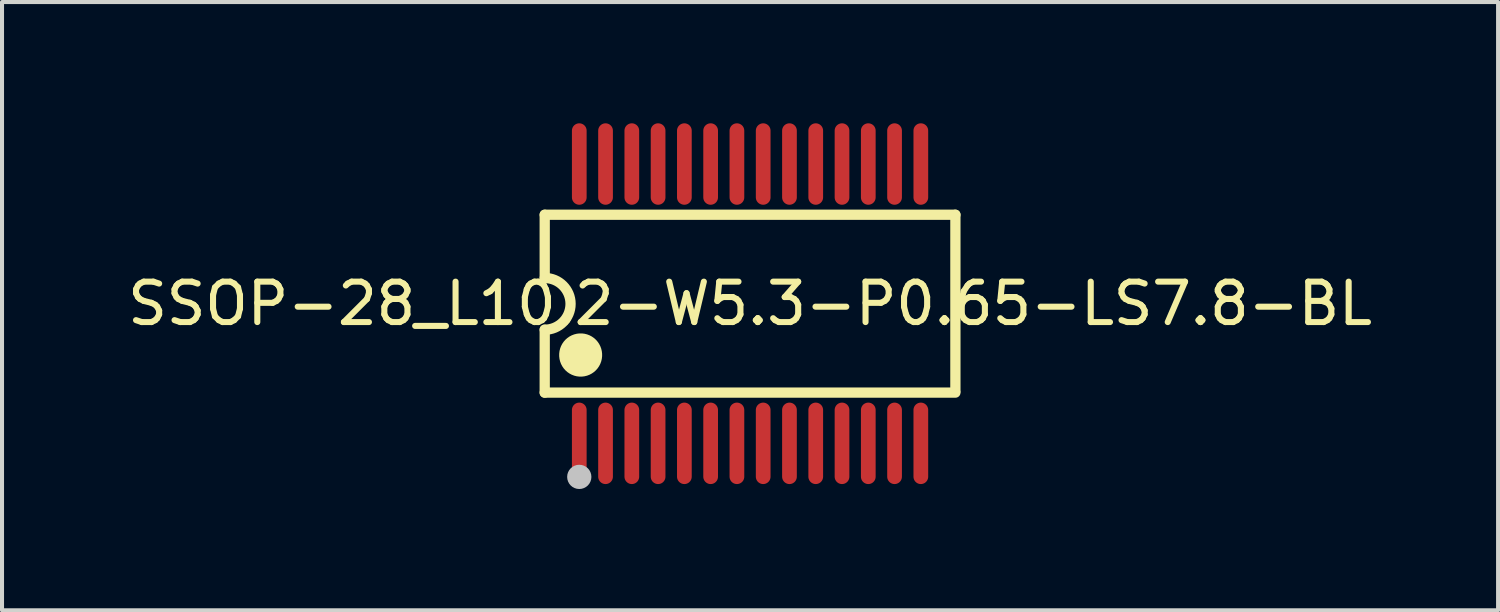
<source format=kicad_pcb>
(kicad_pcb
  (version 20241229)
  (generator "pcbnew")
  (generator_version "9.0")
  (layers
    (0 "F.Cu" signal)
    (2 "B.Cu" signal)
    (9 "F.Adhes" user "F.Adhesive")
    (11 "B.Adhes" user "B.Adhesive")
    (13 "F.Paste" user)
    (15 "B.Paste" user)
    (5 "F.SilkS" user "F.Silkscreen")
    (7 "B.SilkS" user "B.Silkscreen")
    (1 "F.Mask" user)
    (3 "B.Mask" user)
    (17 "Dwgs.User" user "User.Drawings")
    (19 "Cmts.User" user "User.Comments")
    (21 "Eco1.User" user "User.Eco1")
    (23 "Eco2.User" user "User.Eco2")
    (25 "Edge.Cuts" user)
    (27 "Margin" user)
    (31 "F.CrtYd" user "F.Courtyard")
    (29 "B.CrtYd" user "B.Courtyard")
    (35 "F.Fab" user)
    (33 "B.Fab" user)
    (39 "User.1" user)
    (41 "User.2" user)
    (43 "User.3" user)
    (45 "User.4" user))
  (footprint "SSOP-28_L10.2-W5.3-P0.65-LS7.8-BL"
    (layer "F.Cu")
    (at 15.506 4.463)
    (property "Reference" "SSOP-28_L10.2-W5.3-P0.65-LS7.8-BL" (at 0 0 0) (layer "F.SilkS") (effects (font (size 1 1) (thickness 0.15))))
    (fp_line (start -5.08 -2.2) (end 5.08 -2.2) (stroke (width 0.254) (type default)) (layer "F.SilkS"))
    (fp_line (start -5.08 -0.635) (end -5.08 -2.2) (stroke (width 0.254) (type default)) (layer "F.SilkS"))
    (fp_line (start -5.08 0.644) (end -5.08 2.2) (stroke (width 0.254) (type default)) (layer "F.SilkS"))
    (fp_line (start -5.08 2.2) (end 5.08 2.2) (stroke (width 0.254) (type default)) (layer "F.SilkS"))
    (fp_line (start 5.08 -2.2) (end 5.08 2.159) (stroke (width 0.254) (type default)) (layer "F.SilkS"))
    (fp_arc (start -5.08 -0.635) (mid -4.4405 0.0045) (end -5.08 0.644) (stroke (width 0.254) (type default)) (layer "F.SilkS"))
    (fp_poly (pts (arc (start -4.722 1.27) (mid -4.191 0.735488) (end -3.66 1.27)) (arc (start -3.66 1.27) (mid -4.191 1.804512) (end -4.722 1.27))) (stroke (width 0) (type default)) (fill yes) (layer "F.SilkS"))
    (fp_circle (center -4.225 4.285) (end -4.075 4.285) (stroke (width 0.3) (type default)) (fill no) (layer "Dwgs.User"))
    (fp_poly (pts (xy -4.383 -3.885) (xy -4.383 -3.225) (xy -4.067 -3.225) (xy -4.067 -3.885)) (stroke (width 0.1) (type default)) (fill no) (layer "User.1"))
    (fp_poly (pts (xy -4.383 -3.235) (xy -4.383 -2.638) (xy -4.067 -2.638) (xy -4.067 -3.235)) (stroke (width 0.1) (type default)) (fill no) (layer "User.1"))
    (fp_poly (pts (xy -4.383 3.235) (xy -4.383 2.638) (xy -4.067 2.638) (xy -4.067 3.235)) (stroke (width 0.1) (type default)) (fill no) (layer "User.1"))
    (fp_poly (pts (xy -4.383 3.885) (xy -4.383 3.225) (xy -4.067 3.225) (xy -4.067 3.885)) (stroke (width 0.1) (type default)) (fill no) (layer "User.1"))
    (fp_poly (pts (xy -3.732 -3.885) (xy -3.732 -3.225) (xy -3.417 -3.225) (xy -3.417 -3.885)) (stroke (width 0.1) (type default)) (fill no) (layer "User.1"))
    (fp_poly (pts (xy -3.732 -3.235) (xy -3.732 -2.638) (xy -3.417 -2.638) (xy -3.417 -3.235)) (stroke (width 0.1) (type default)) (fill no) (layer "User.1"))
    (fp_poly (pts (xy -3.732 3.235) (xy -3.732 2.638) (xy -3.417 2.638) (xy -3.417 3.235)) (stroke (width 0.1) (type default)) (fill no) (layer "User.1"))
    (fp_poly (pts (xy -3.732 3.885) (xy -3.732 3.225) (xy -3.417 3.225) (xy -3.417 3.885)) (stroke (width 0.1) (type default)) (fill no) (layer "User.1"))
    (fp_poly (pts (xy -3.083 -3.885) (xy -3.083 -3.225) (xy -2.768 -3.225) (xy -2.768 -3.885)) (stroke (width 0.1) (type default)) (fill no) (layer "User.1"))
    (fp_poly (pts (xy -3.083 -3.235) (xy -3.083 -2.638) (xy -2.768 -2.638) (xy -2.768 -3.235)) (stroke (width 0.1) (type default)) (fill no) (layer "User.1"))
    (fp_poly (pts (xy -3.083 3.235) (xy -3.083 2.638) (xy -2.768 2.638) (xy -2.768 3.235)) (stroke (width 0.1) (type default)) (fill no) (layer "User.1"))
    (fp_poly (pts (xy -3.083 3.885) (xy -3.083 3.225) (xy -2.768 3.225) (xy -2.768 3.885)) (stroke (width 0.1) (type default)) (fill no) (layer "User.1"))
    (fp_poly (pts (xy -2.433 -3.885) (xy -2.433 -3.225) (xy -2.118 -3.225) (xy -2.118 -3.885)) (stroke (width 0.1) (type default)) (fill no) (layer "User.1"))
    (fp_poly (pts (xy -2.433 -3.235) (xy -2.433 -2.638) (xy -2.118 -2.638) (xy -2.118 -3.235)) (stroke (width 0.1) (type default)) (fill no) (layer "User.1"))
    (fp_poly (pts (xy -2.433 3.235) (xy -2.433 2.638) (xy -2.118 2.638) (xy -2.118 3.235)) (stroke (width 0.1) (type default)) (fill no) (layer "User.1"))
    (fp_poly (pts (xy -2.433 3.885) (xy -2.433 3.225) (xy -2.118 3.225) (xy -2.118 3.885)) (stroke (width 0.1) (type default)) (fill no) (layer "User.1"))
    (fp_poly (pts (xy -1.782 -3.885) (xy -1.782 -3.225) (xy -1.468 -3.225) (xy -1.468 -3.885)) (stroke (width 0.1) (type default)) (fill no) (layer "User.1"))
    (fp_poly (pts (xy -1.782 -3.235) (xy -1.782 -2.638) (xy -1.468 -2.638) (xy -1.468 -3.235)) (stroke (width 0.1) (type default)) (fill no) (layer "User.1"))
    (fp_poly (pts (xy -1.782 3.235) (xy -1.782 2.638) (xy -1.468 2.638) (xy -1.468 3.235)) (stroke (width 0.1) (type default)) (fill no) (layer "User.1"))
    (fp_poly (pts (xy -1.782 3.885) (xy -1.782 3.225) (xy -1.468 3.225) (xy -1.468 3.885)) (stroke (width 0.1) (type default)) (fill no) (layer "User.1"))
    (fp_poly (pts (xy -1.133 -3.885) (xy -1.133 -3.225) (xy -0.818 -3.225) (xy -0.818 -3.885)) (stroke (width 0.1) (type default)) (fill no) (layer "User.1"))
    (fp_poly (pts (xy -1.133 -3.235) (xy -1.133 -2.638) (xy -0.818 -2.638) (xy -0.818 -3.235)) (stroke (width 0.1) (type default)) (fill no) (layer "User.1"))
    (fp_poly (pts (xy -1.133 3.235) (xy -1.133 2.638) (xy -0.818 2.638) (xy -0.818 3.235)) (stroke (width 0.1) (type default)) (fill no) (layer "User.1"))
    (fp_poly (pts (xy -1.133 3.885) (xy -1.133 3.225) (xy -0.818 3.225) (xy -0.818 3.885)) (stroke (width 0.1) (type default)) (fill no) (layer "User.1"))
    (fp_poly (pts (xy -0.482 -3.885) (xy -0.482 -3.225) (xy -0.168 -3.225) (xy -0.168 -3.885)) (stroke (width 0.1) (type default)) (fill no) (layer "User.1"))
    (fp_poly (pts (xy -0.482 -3.235) (xy -0.482 -2.638) (xy -0.168 -2.638) (xy -0.168 -3.235)) (stroke (width 0.1) (type default)) (fill no) (layer "User.1"))
    (fp_poly (pts (xy -0.482 3.235) (xy -0.482 2.638) (xy -0.168 2.638) (xy -0.168 3.235)) (stroke (width 0.1) (type default)) (fill no) (layer "User.1"))
    (fp_poly (pts (xy -0.482 3.885) (xy -0.482 3.225) (xy -0.168 3.225) (xy -0.168 3.885)) (stroke (width 0.1) (type default)) (fill no) (layer "User.1"))
    (fp_poly (pts (xy 0.168 -3.885) (xy 0.168 -3.225) (xy 0.482 -3.225) (xy 0.482 -3.885)) (stroke (width 0.1) (type default)) (fill no) (layer "User.1"))
    (fp_poly (pts (xy 0.168 -3.235) (xy 0.168 -2.638) (xy 0.482 -2.638) (xy 0.482 -3.235)) (stroke (width 0.1) (type default)) (fill no) (layer "User.1"))
    (fp_poly (pts (xy 0.168 3.235) (xy 0.168 2.638) (xy 0.482 2.638) (xy 0.482 3.235)) (stroke (width 0.1) (type default)) (fill no) (layer "User.1"))
    (fp_poly (pts (xy 0.168 3.885) (xy 0.168 3.225) (xy 0.482 3.225) (xy 0.482 3.885)) (stroke (width 0.1) (type default)) (fill no) (layer "User.1"))
    (fp_poly (pts (xy 0.818 -3.885) (xy 0.818 -3.225) (xy 1.133 -3.225) (xy 1.133 -3.885)) (stroke (width 0.1) (type default)) (fill no) (layer "User.1"))
    (fp_poly (pts (xy 0.818 -3.235) (xy 0.818 -2.638) (xy 1.133 -2.638) (xy 1.133 -3.235)) (stroke (width 0.1) (type default)) (fill no) (layer "User.1"))
    (fp_poly (pts (xy 0.818 3.235) (xy 0.818 2.638) (xy 1.133 2.638) (xy 1.133 3.235)) (stroke (width 0.1) (type default)) (fill no) (layer "User.1"))
    (fp_poly (pts (xy 0.818 3.885) (xy 0.818 3.225) (xy 1.133 3.225) (xy 1.133 3.885)) (stroke (width 0.1) (type default)) (fill no) (layer "User.1"))
    (fp_poly (pts (xy 1.468 -3.885) (xy 1.468 -3.225) (xy 1.782 -3.225) (xy 1.782 -3.885)) (stroke (width 0.1) (type default)) (fill no) (layer "User.1"))
    (fp_poly (pts (xy 1.468 -3.235) (xy 1.468 -2.638) (xy 1.782 -2.638) (xy 1.782 -3.235)) (stroke (width 0.1) (type default)) (fill no) (layer "User.1"))
    (fp_poly (pts (xy 1.468 3.235) (xy 1.468 2.638) (xy 1.782 2.638) (xy 1.782 3.235)) (stroke (width 0.1) (type default)) (fill no) (layer "User.1"))
    (fp_poly (pts (xy 1.468 3.885) (xy 1.468 3.225) (xy 1.782 3.225) (xy 1.782 3.885)) (stroke (width 0.1) (type default)) (fill no) (layer "User.1"))
    (fp_poly (pts (xy 2.118 -3.885) (xy 2.118 -3.225) (xy 2.433 -3.225) (xy 2.433 -3.885)) (stroke (width 0.1) (type default)) (fill no) (layer "User.1"))
    (fp_poly (pts (xy 2.118 -3.235) (xy 2.118 -2.638) (xy 2.433 -2.638) (xy 2.433 -3.235)) (stroke (width 0.1) (type default)) (fill no) (layer "User.1"))
    (fp_poly (pts (xy 2.118 3.235) (xy 2.118 2.638) (xy 2.433 2.638) (xy 2.433 3.235)) (stroke (width 0.1) (type default)) (fill no) (layer "User.1"))
    (fp_poly (pts (xy 2.118 3.885) (xy 2.118 3.225) (xy 2.433 3.225) (xy 2.433 3.885)) (stroke (width 0.1) (type default)) (fill no) (layer "User.1"))
    (fp_poly (pts (xy 2.768 -3.885) (xy 2.768 -3.225) (xy 3.083 -3.225) (xy 3.083 -3.885)) (stroke (width 0.1) (type default)) (fill no) (layer "User.1"))
    (fp_poly (pts (xy 2.768 -3.235) (xy 2.768 -2.638) (xy 3.083 -2.638) (xy 3.083 -3.235)) (stroke (width 0.1) (type default)) (fill no) (layer "User.1"))
    (fp_poly (pts (xy 2.768 3.235) (xy 2.768 2.638) (xy 3.083 2.638) (xy 3.083 3.235)) (stroke (width 0.1) (type default)) (fill no) (layer "User.1"))
    (fp_poly (pts (xy 2.768 3.885) (xy 2.768 3.225) (xy 3.083 3.225) (xy 3.083 3.885)) (stroke (width 0.1) (type default)) (fill no) (layer "User.1"))
    (fp_poly (pts (xy 3.417 -3.885) (xy 3.417 -3.225) (xy 3.732 -3.225) (xy 3.732 -3.885)) (stroke (width 0.1) (type default)) (fill no) (layer "User.1"))
    (fp_poly (pts (xy 3.417 -3.235) (xy 3.417 -2.638) (xy 3.732 -2.638) (xy 3.732 -3.235)) (stroke (width 0.1) (type default)) (fill no) (layer "User.1"))
    (fp_poly (pts (xy 3.417 3.235) (xy 3.417 2.638) (xy 3.732 2.638) (xy 3.732 3.235)) (stroke (width 0.1) (type default)) (fill no) (layer "User.1"))
    (fp_poly (pts (xy 3.417 3.885) (xy 3.417 3.225) (xy 3.732 3.225) (xy 3.732 3.885)) (stroke (width 0.1) (type default)) (fill no) (layer "User.1"))
    (fp_poly (pts (xy 4.067 -3.885) (xy 4.067 -3.225) (xy 4.383 -3.225) (xy 4.383 -3.885)) (stroke (width 0.1) (type default)) (fill no) (layer "User.1"))
    (fp_poly (pts (xy 4.067 -3.235) (xy 4.067 -2.638) (xy 4.383 -2.638) (xy 4.383 -3.235)) (stroke (width 0.1) (type default)) (fill no) (layer "User.1"))
    (fp_poly (pts (xy 4.067 3.235) (xy 4.067 2.638) (xy 4.383 2.638) (xy 4.383 3.235)) (stroke (width 0.1) (type default)) (fill no) (layer "User.1"))
    (fp_poly (pts (xy 4.067 3.885) (xy 4.067 3.225) (xy 4.383 3.225) (xy 4.383 3.885)) (stroke (width 0.1) (type default)) (fill no) (layer "User.1"))
    (fp_line (start -5.105 -2.647) (end 5.105 -2.647) (stroke (width 0.051) (type default)) (layer "User.2"))
    (fp_line (start -5.105 2.647) (end -5.105 -2.647) (stroke (width 0.051) (type default)) (layer "User.2"))
    (fp_line (start 5.105 -2.647) (end 5.105 2.647) (stroke (width 0.051) (type default)) (layer "User.2"))
    (fp_line (start 5.105 2.647) (end -5.105 2.647) (stroke (width 0.051) (type default)) (layer "User.2"))
    (fp_poly (pts (xy -4.009 1.374) (xy -4.041 1.342) (xy -4.087 1.342) (xy -4.119 1.374) (xy -4.119 1.42) (xy -4.087 1.452) (xy -4.041 1.452) (xy -4.009 1.42)) (stroke (width 0.1) (type default)) (fill no) (layer "User.3"))
    (pad "1" smd oval (at -4.225 3.455) (size 0.364 2.015) (layers "F.Cu" "F.Mask" "F.Paste"))
    (pad "2" smd oval (at -3.575 3.455) (size 0.364 2.015) (layers "F.Cu" "F.Mask" "F.Paste"))
    (pad "3" smd oval (at -2.925 3.455) (size 0.364 2.015) (layers "F.Cu" "F.Mask" "F.Paste"))
    (pad "4" smd oval (at -2.275 3.455) (size 0.364 2.015) (layers "F.Cu" "F.Mask" "F.Paste"))
    (pad "5" smd oval (at -1.625 3.455) (size 0.364 2.015) (layers "F.Cu" "F.Mask" "F.Paste"))
    (pad "6" smd oval (at -0.975 3.455) (size 0.364 2.015) (layers "F.Cu" "F.Mask" "F.Paste"))
    (pad "7" smd oval (at -0.325 3.455) (size 0.364 2.015) (layers "F.Cu" "F.Mask" "F.Paste"))
    (pad "8" smd oval (at 0.325 3.455) (size 0.364 2.015) (layers "F.Cu" "F.Mask" "F.Paste"))
    (pad "9" smd oval (at 0.975 3.455) (size 0.364 2.015) (layers "F.Cu" "F.Mask" "F.Paste"))
    (pad "10" smd oval (at 1.625 3.455) (size 0.364 2.015) (layers "F.Cu" "F.Mask" "F.Paste"))
    (pad "11" smd oval (at 2.275 3.455) (size 0.364 2.015) (layers "F.Cu" "F.Mask" "F.Paste"))
    (pad "12" smd oval (at 2.925 3.455) (size 0.364 2.015) (layers "F.Cu" "F.Mask" "F.Paste"))
    (pad "13" smd oval (at 3.575 3.455) (size 0.364 2.015) (layers "F.Cu" "F.Mask" "F.Paste"))
    (pad "14" smd oval (at 4.225 3.455) (size 0.364 2.015) (layers "F.Cu" "F.Mask" "F.Paste"))
    (pad "15" smd oval (at 4.225 -3.455) (size 0.364 2.015) (layers "F.Cu" "F.Mask" "F.Paste"))
    (pad "16" smd oval (at 3.575 -3.455) (size 0.364 2.015) (layers "F.Cu" "F.Mask" "F.Paste"))
    (pad "17" smd oval (at 2.925 -3.455) (size 0.364 2.015) (layers "F.Cu" "F.Mask" "F.Paste"))
    (pad "18" smd oval (at 2.275 -3.455) (size 0.364 2.015) (layers "F.Cu" "F.Mask" "F.Paste"))
    (pad "19" smd oval (at 1.625 -3.455) (size 0.364 2.015) (layers "F.Cu" "F.Mask" "F.Paste"))
    (pad "20" smd oval (at 0.975 -3.455) (size 0.364 2.015) (layers "F.Cu" "F.Mask" "F.Paste"))
    (pad "21" smd oval (at 0.325 -3.455) (size 0.364 2.015) (layers "F.Cu" "F.Mask" "F.Paste"))
    (pad "22" smd oval (at -0.325 -3.455) (size 0.364 2.015) (layers "F.Cu" "F.Mask" "F.Paste"))
    (pad "23" smd oval (at -0.975 -3.455) (size 0.364 2.015) (layers "F.Cu" "F.Mask" "F.Paste"))
    (pad "24" smd oval (at -1.625 -3.455) (size 0.364 2.015) (layers "F.Cu" "F.Mask" "F.Paste"))
    (pad "25" smd oval (at -2.275 -3.455) (size 0.364 2.015) (layers "F.Cu" "F.Mask" "F.Paste"))
    (pad "26" smd oval (at -2.925 -3.455) (size 0.364 2.015) (layers "F.Cu" "F.Mask" "F.Paste"))
    (pad "27" smd oval (at -3.575 -3.455) (size 0.364 2.015) (layers "F.Cu" "F.Mask" "F.Paste"))
    (pad "28" smd oval (at -4.225 -3.455) (size 0.364 2.015) (layers "F.Cu" "F.Mask" "F.Paste")))
  (gr_rect
    (start -3 -3)
    (end 34.012 12.048)
    (stroke (width 0.1) (type default))
    (fill no)
    (layer "Edge.Cuts")))
</source>
